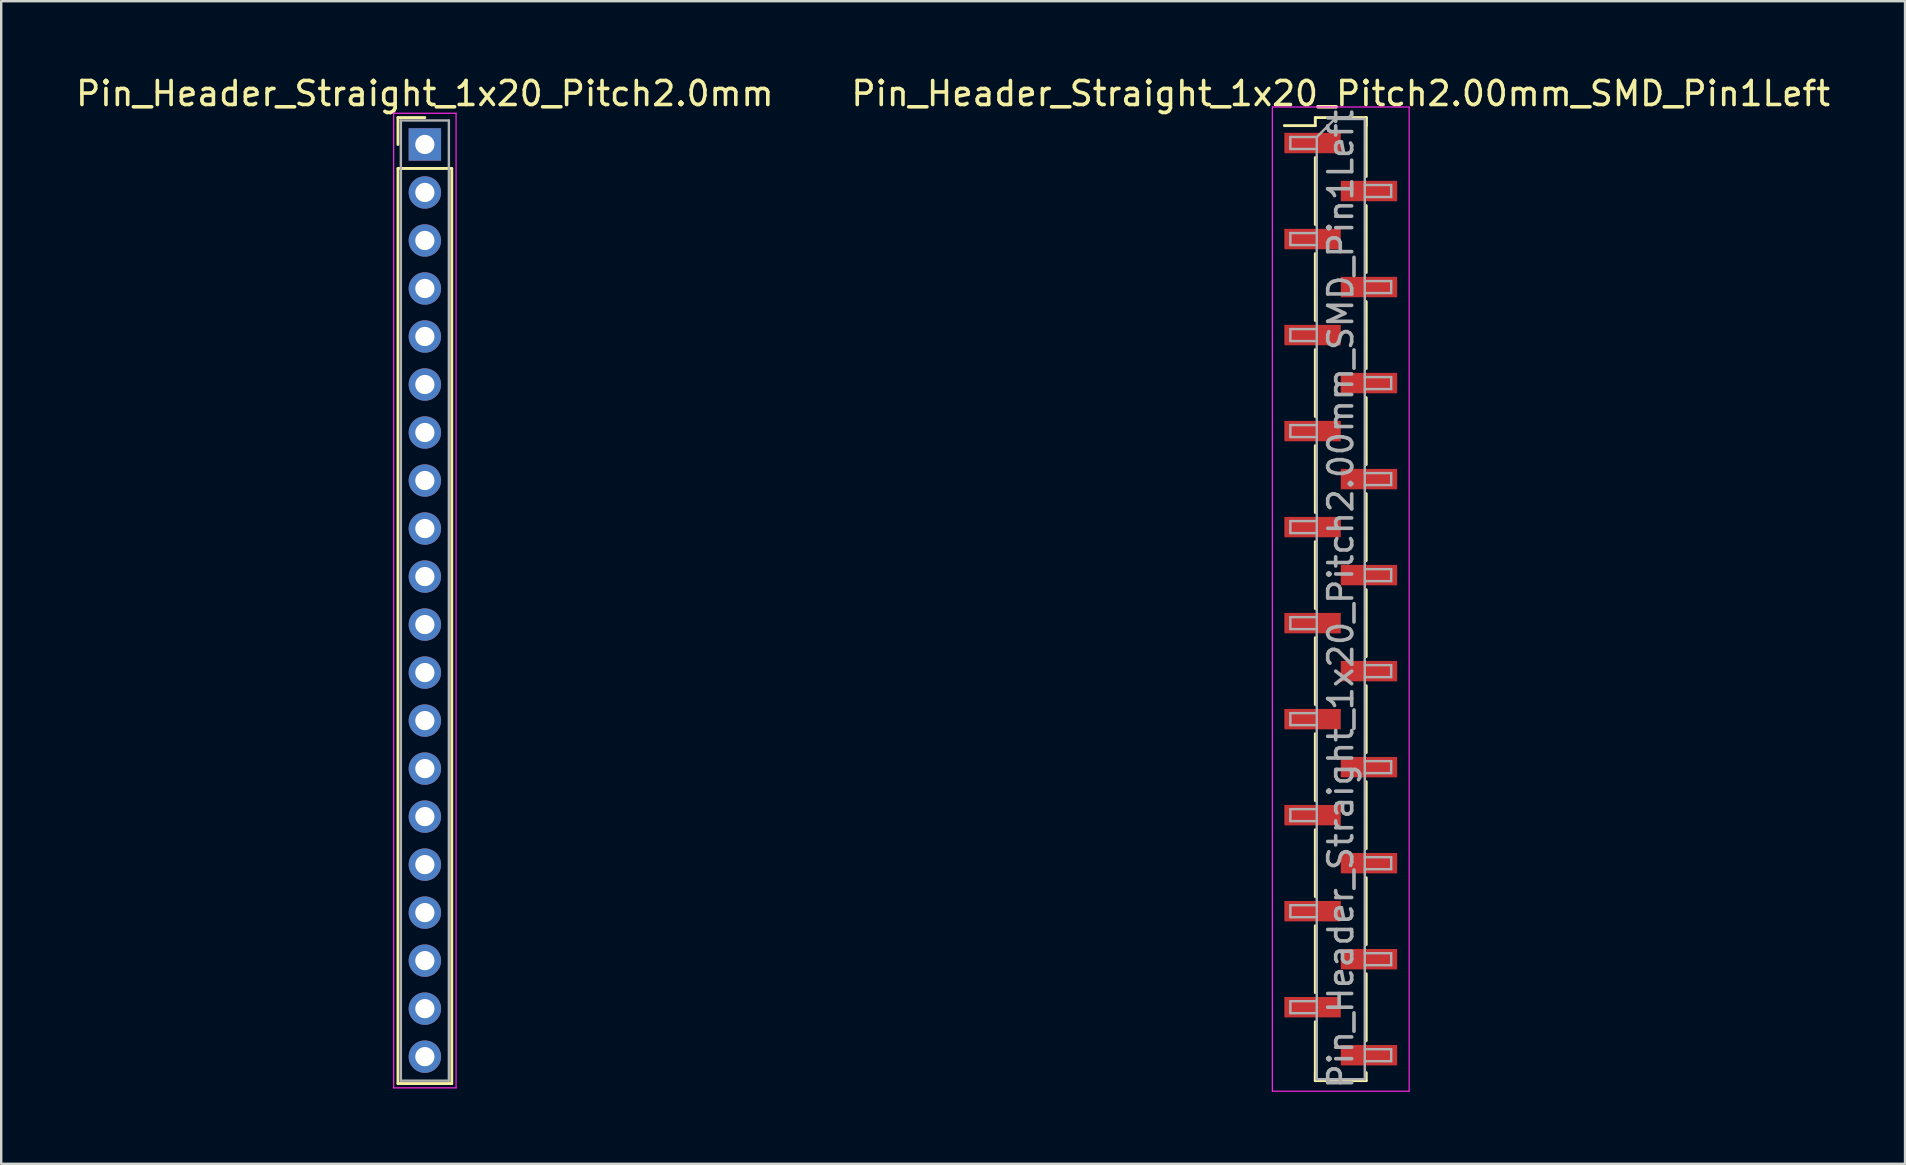
<source format=kicad_pcb>
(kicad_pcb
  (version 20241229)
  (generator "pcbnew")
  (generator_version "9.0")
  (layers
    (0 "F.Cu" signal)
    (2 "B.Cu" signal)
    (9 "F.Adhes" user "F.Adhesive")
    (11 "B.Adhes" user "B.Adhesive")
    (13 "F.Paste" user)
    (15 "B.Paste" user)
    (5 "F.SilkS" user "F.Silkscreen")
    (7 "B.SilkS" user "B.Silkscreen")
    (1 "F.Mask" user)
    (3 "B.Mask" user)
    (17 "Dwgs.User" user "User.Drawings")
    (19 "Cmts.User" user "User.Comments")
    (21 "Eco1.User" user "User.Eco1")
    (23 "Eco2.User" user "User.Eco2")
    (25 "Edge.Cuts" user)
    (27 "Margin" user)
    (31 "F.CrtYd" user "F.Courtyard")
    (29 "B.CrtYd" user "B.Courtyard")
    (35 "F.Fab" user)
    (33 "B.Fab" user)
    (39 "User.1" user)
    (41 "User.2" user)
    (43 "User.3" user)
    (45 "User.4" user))
  (footprint "Pin_Header_Straight_1x20_Pitch2.00mm_SMD_Pin1Left"
    (layer "F.Cu")
    (at 52.804 21.908)
    (property "Reference" "Pin_Header_Straight_1x20_Pitch2.00mm_SMD_Pin1Left" (at 0 -21.06 0) (layer "F.SilkS") (effects (font (size 1 1) (thickness 0.15))))
    (attr smd)
    (fp_line (start -1.06 -20.06) (end 1.06 -20.06) (stroke (width 0.12) (type solid)) (layer "F.SilkS"))
    (fp_line (start -1.06 -19.725) (end -2.35 -19.725) (stroke (width 0.12) (type solid)) (layer "F.SilkS"))
    (fp_line (start -1.06 -19.725) (end -1.06 -20.06) (stroke (width 0.12) (type solid)) (layer "F.SilkS"))
    (fp_line (start -1.06 -18.395) (end -1.06 -15.605) (stroke (width 0.12) (type solid)) (layer "F.SilkS"))
    (fp_line (start -1.06 -14.395) (end -1.06 -11.605) (stroke (width 0.12) (type solid)) (layer "F.SilkS"))
    (fp_line (start -1.06 -10.395) (end -1.06 -7.605) (stroke (width 0.12) (type solid)) (layer "F.SilkS"))
    (fp_line (start -1.06 -6.395) (end -1.06 -3.605) (stroke (width 0.12) (type solid)) (layer "F.SilkS"))
    (fp_line (start -1.06 -2.395) (end -1.06 0.395) (stroke (width 0.12) (type solid)) (layer "F.SilkS"))
    (fp_line (start -1.06 1.605) (end -1.06 4.395) (stroke (width 0.12) (type solid)) (layer "F.SilkS"))
    (fp_line (start -1.06 5.605) (end -1.06 8.395) (stroke (width 0.12) (type solid)) (layer "F.SilkS"))
    (fp_line (start -1.06 9.605) (end -1.06 12.395) (stroke (width 0.12) (type solid)) (layer "F.SilkS"))
    (fp_line (start -1.06 13.605) (end -1.06 16.395) (stroke (width 0.12) (type solid)) (layer "F.SilkS"))
    (fp_line (start -1.06 17.605) (end -1.06 20.06) (stroke (width 0.12) (type solid)) (layer "F.SilkS"))
    (fp_line (start -1.06 19.725) (end -1.06 20.06) (stroke (width 0.12) (type solid)) (layer "F.SilkS"))
    (fp_line (start -1.06 20.06) (end 1.06 20.06) (stroke (width 0.12) (type solid)) (layer "F.SilkS"))
    (fp_line (start 1.06 -20.06) (end 1.06 -19.725) (stroke (width 0.12) (type solid)) (layer "F.SilkS"))
    (fp_line (start 1.06 -20.06) (end 1.06 -17.605) (stroke (width 0.12) (type solid)) (layer "F.SilkS"))
    (fp_line (start 1.06 -16.395) (end 1.06 -13.605) (stroke (width 0.12) (type solid)) (layer "F.SilkS"))
    (fp_line (start 1.06 -12.395) (end 1.06 -9.605) (stroke (width 0.12) (type solid)) (layer "F.SilkS"))
    (fp_line (start 1.06 -8.395) (end 1.06 -5.605) (stroke (width 0.12) (type solid)) (layer "F.SilkS"))
    (fp_line (start 1.06 -4.395) (end 1.06 -1.605) (stroke (width 0.12) (type solid)) (layer "F.SilkS"))
    (fp_line (start 1.06 -0.395) (end 1.06 2.395) (stroke (width 0.12) (type solid)) (layer "F.SilkS"))
    (fp_line (start 1.06 3.605) (end 1.06 6.395) (stroke (width 0.12) (type solid)) (layer "F.SilkS"))
    (fp_line (start 1.06 7.605) (end 1.06 10.395) (stroke (width 0.12) (type solid)) (layer "F.SilkS"))
    (fp_line (start 1.06 11.605) (end 1.06 14.395) (stroke (width 0.12) (type solid)) (layer "F.SilkS"))
    (fp_line (start 1.06 15.605) (end 1.06 18.395) (stroke (width 0.12) (type solid)) (layer "F.SilkS"))
    (fp_line (start 1.06 20.06) (end 1.06 19.725) (stroke (width 0.12) (type solid)) (layer "F.SilkS"))
    (fp_line (start -2.85 -20.5) (end -2.85 20.5) (stroke (width 0.05) (type solid)) (layer "F.CrtYd"))
    (fp_line (start -2.85 20.5) (end 2.85 20.5) (stroke (width 0.05) (type solid)) (layer "F.CrtYd"))
    (fp_line (start 2.85 -20.5) (end -2.85 -20.5) (stroke (width 0.05) (type solid)) (layer "F.CrtYd"))
    (fp_line (start 2.85 20.5) (end 2.85 -20.5) (stroke (width 0.05) (type solid)) (layer "F.CrtYd"))
    (fp_line (start -2.1 -19.25) (end -2.1 -18.75) (stroke (width 0.1) (type solid)) (layer "F.Fab"))
    (fp_line (start -2.1 -18.75) (end -1 -18.75) (stroke (width 0.1) (type solid)) (layer "F.Fab"))
    (fp_line (start -2.1 -15.25) (end -2.1 -14.75) (stroke (width 0.1) (type solid)) (layer "F.Fab"))
    (fp_line (start -2.1 -14.75) (end -1 -14.75) (stroke (width 0.1) (type solid)) (layer "F.Fab"))
    (fp_line (start -2.1 -11.25) (end -2.1 -10.75) (stroke (width 0.1) (type solid)) (layer "F.Fab"))
    (fp_line (start -2.1 -10.75) (end -1 -10.75) (stroke (width 0.1) (type solid)) (layer "F.Fab"))
    (fp_line (start -2.1 -7.25) (end -2.1 -6.75) (stroke (width 0.1) (type solid)) (layer "F.Fab"))
    (fp_line (start -2.1 -6.75) (end -1 -6.75) (stroke (width 0.1) (type solid)) (layer "F.Fab"))
    (fp_line (start -2.1 -3.25) (end -2.1 -2.75) (stroke (width 0.1) (type solid)) (layer "F.Fab"))
    (fp_line (start -2.1 -2.75) (end -1 -2.75) (stroke (width 0.1) (type solid)) (layer "F.Fab"))
    (fp_line (start -2.1 0.75) (end -2.1 1.25) (stroke (width 0.1) (type solid)) (layer "F.Fab"))
    (fp_line (start -2.1 1.25) (end -1 1.25) (stroke (width 0.1) (type solid)) (layer "F.Fab"))
    (fp_line (start -2.1 4.75) (end -2.1 5.25) (stroke (width 0.1) (type solid)) (layer "F.Fab"))
    (fp_line (start -2.1 5.25) (end -1 5.25) (stroke (width 0.1) (type solid)) (layer "F.Fab"))
    (fp_line (start -2.1 8.75) (end -2.1 9.25) (stroke (width 0.1) (type solid)) (layer "F.Fab"))
    (fp_line (start -2.1 9.25) (end -1 9.25) (stroke (width 0.1) (type solid)) (layer "F.Fab"))
    (fp_line (start -2.1 12.75) (end -2.1 13.25) (stroke (width 0.1) (type solid)) (layer "F.Fab"))
    (fp_line (start -2.1 13.25) (end -1 13.25) (stroke (width 0.1) (type solid)) (layer "F.Fab"))
    (fp_line (start -2.1 16.75) (end -2.1 17.25) (stroke (width 0.1) (type solid)) (layer "F.Fab"))
    (fp_line (start -2.1 17.25) (end -1 17.25) (stroke (width 0.1) (type solid)) (layer "F.Fab"))
    (fp_line (start -1 -19.25) (end -2.1 -19.25) (stroke (width 0.1) (type solid)) (layer "F.Fab"))
    (fp_line (start -1 -19.25) (end -0.25 -20) (stroke (width 0.1) (type solid)) (layer "F.Fab"))
    (fp_line (start -1 -15.25) (end -2.1 -15.25) (stroke (width 0.1) (type solid)) (layer "F.Fab"))
    (fp_line (start -1 -11.25) (end -2.1 -11.25) (stroke (width 0.1) (type solid)) (layer "F.Fab"))
    (fp_line (start -1 -7.25) (end -2.1 -7.25) (stroke (width 0.1) (type solid)) (layer "F.Fab"))
    (fp_line (start -1 -3.25) (end -2.1 -3.25) (stroke (width 0.1) (type solid)) (layer "F.Fab"))
    (fp_line (start -1 0.75) (end -2.1 0.75) (stroke (width 0.1) (type solid)) (layer "F.Fab"))
    (fp_line (start -1 4.75) (end -2.1 4.75) (stroke (width 0.1) (type solid)) (layer "F.Fab"))
    (fp_line (start -1 8.75) (end -2.1 8.75) (stroke (width 0.1) (type solid)) (layer "F.Fab"))
    (fp_line (start -1 12.75) (end -2.1 12.75) (stroke (width 0.1) (type solid)) (layer "F.Fab"))
    (fp_line (start -1 16.75) (end -2.1 16.75) (stroke (width 0.1) (type solid)) (layer "F.Fab"))
    (fp_line (start -1 20) (end -1 -19.25) (stroke (width 0.1) (type solid)) (layer "F.Fab"))
    (fp_line (start -0.25 -20) (end 1 -20) (stroke (width 0.1) (type solid)) (layer "F.Fab"))
    (fp_line (start 1 -20) (end 1 20) (stroke (width 0.1) (type solid)) (layer "F.Fab"))
    (fp_line (start 1 -17.25) (end 2.1 -17.25) (stroke (width 0.1) (type solid)) (layer "F.Fab"))
    (fp_line (start 1 -13.25) (end 2.1 -13.25) (stroke (width 0.1) (type solid)) (layer "F.Fab"))
    (fp_line (start 1 -9.25) (end 2.1 -9.25) (stroke (width 0.1) (type solid)) (layer "F.Fab"))
    (fp_line (start 1 -5.25) (end 2.1 -5.25) (stroke (width 0.1) (type solid)) (layer "F.Fab"))
    (fp_line (start 1 -1.25) (end 2.1 -1.25) (stroke (width 0.1) (type solid)) (layer "F.Fab"))
    (fp_line (start 1 2.75) (end 2.1 2.75) (stroke (width 0.1) (type solid)) (layer "F.Fab"))
    (fp_line (start 1 6.75) (end 2.1 6.75) (stroke (width 0.1) (type solid)) (layer "F.Fab"))
    (fp_line (start 1 10.75) (end 2.1 10.75) (stroke (width 0.1) (type solid)) (layer "F.Fab"))
    (fp_line (start 1 14.75) (end 2.1 14.75) (stroke (width 0.1) (type solid)) (layer "F.Fab"))
    (fp_line (start 1 18.75) (end 2.1 18.75) (stroke (width 0.1) (type solid)) (layer "F.Fab"))
    (fp_line (start 1 20) (end -1 20) (stroke (width 0.1) (type solid)) (layer "F.Fab"))
    (fp_line (start 2.1 -17.25) (end 2.1 -16.75) (stroke (width 0.1) (type solid)) (layer "F.Fab"))
    (fp_line (start 2.1 -16.75) (end 1 -16.75) (stroke (width 0.1) (type solid)) (layer "F.Fab"))
    (fp_line (start 2.1 -13.25) (end 2.1 -12.75) (stroke (width 0.1) (type solid)) (layer "F.Fab"))
    (fp_line (start 2.1 -12.75) (end 1 -12.75) (stroke (width 0.1) (type solid)) (layer "F.Fab"))
    (fp_line (start 2.1 -9.25) (end 2.1 -8.75) (stroke (width 0.1) (type solid)) (layer "F.Fab"))
    (fp_line (start 2.1 -8.75) (end 1 -8.75) (stroke (width 0.1) (type solid)) (layer "F.Fab"))
    (fp_line (start 2.1 -5.25) (end 2.1 -4.75) (stroke (width 0.1) (type solid)) (layer "F.Fab"))
    (fp_line (start 2.1 -4.75) (end 1 -4.75) (stroke (width 0.1) (type solid)) (layer "F.Fab"))
    (fp_line (start 2.1 -1.25) (end 2.1 -0.75) (stroke (width 0.1) (type solid)) (layer "F.Fab"))
    (fp_line (start 2.1 -0.75) (end 1 -0.75) (stroke (width 0.1) (type solid)) (layer "F.Fab"))
    (fp_line (start 2.1 2.75) (end 2.1 3.25) (stroke (width 0.1) (type solid)) (layer "F.Fab"))
    (fp_line (start 2.1 3.25) (end 1 3.25) (stroke (width 0.1) (type solid)) (layer "F.Fab"))
    (fp_line (start 2.1 6.75) (end 2.1 7.25) (stroke (width 0.1) (type solid)) (layer "F.Fab"))
    (fp_line (start 2.1 7.25) (end 1 7.25) (stroke (width 0.1) (type solid)) (layer "F.Fab"))
    (fp_line (start 2.1 10.75) (end 2.1 11.25) (stroke (width 0.1) (type solid)) (layer "F.Fab"))
    (fp_line (start 2.1 11.25) (end 1 11.25) (stroke (width 0.1) (type solid)) (layer "F.Fab"))
    (fp_line (start 2.1 14.75) (end 2.1 15.25) (stroke (width 0.1) (type solid)) (layer "F.Fab"))
    (fp_line (start 2.1 15.25) (end 1 15.25) (stroke (width 0.1) (type solid)) (layer "F.Fab"))
    (fp_line (start 2.1 18.75) (end 2.1 19.25) (stroke (width 0.1) (type solid)) (layer "F.Fab"))
    (fp_line (start 2.1 19.25) (end 1 19.25) (stroke (width 0.1) (type solid)) (layer "F.Fab"))
    (fp_text user "${REFERENCE}" (at 0 0 90) (layer "F.Fab") (effects (font (size 1 1) (thickness 0.15))))
    (pad "1" smd rect (at -1.175 -19) (size 2.35 0.85) (layers "F.Cu" "F.Mask" "F.Paste"))
    (pad "2" smd rect (at 1.175 -17) (size 2.35 0.85) (layers "F.Cu" "F.Mask" "F.Paste"))
    (pad "3" smd rect (at -1.175 -15) (size 2.35 0.85) (layers "F.Cu" "F.Mask" "F.Paste"))
    (pad "4" smd rect (at 1.175 -13) (size 2.35 0.85) (layers "F.Cu" "F.Mask" "F.Paste"))
    (pad "5" smd rect (at -1.175 -11) (size 2.35 0.85) (layers "F.Cu" "F.Mask" "F.Paste"))
    (pad "6" smd rect (at 1.175 -9) (size 2.35 0.85) (layers "F.Cu" "F.Mask" "F.Paste"))
    (pad "7" smd rect (at -1.175 -7) (size 2.35 0.85) (layers "F.Cu" "F.Mask" "F.Paste"))
    (pad "8" smd rect (at 1.175 -5) (size 2.35 0.85) (layers "F.Cu" "F.Mask" "F.Paste"))
    (pad "9" smd rect (at -1.175 -3) (size 2.35 0.85) (layers "F.Cu" "F.Mask" "F.Paste"))
    (pad "10" smd rect (at 1.175 -1) (size 2.35 0.85) (layers "F.Cu" "F.Mask" "F.Paste"))
    (pad "11" smd rect (at -1.175 1) (size 2.35 0.85) (layers "F.Cu" "F.Mask" "F.Paste"))
    (pad "12" smd rect (at 1.175 3) (size 2.35 0.85) (layers "F.Cu" "F.Mask" "F.Paste"))
    (pad "13" smd rect (at -1.175 5) (size 2.35 0.85) (layers "F.Cu" "F.Mask" "F.Paste"))
    (pad "14" smd rect (at 1.175 7) (size 2.35 0.85) (layers "F.Cu" "F.Mask" "F.Paste"))
    (pad "15" smd rect (at -1.175 9) (size 2.35 0.85) (layers "F.Cu" "F.Mask" "F.Paste"))
    (pad "16" smd rect (at 1.175 11) (size 2.35 0.85) (layers "F.Cu" "F.Mask" "F.Paste"))
    (pad "17" smd rect (at -1.175 13) (size 2.35 0.85) (layers "F.Cu" "F.Mask" "F.Paste"))
    (pad "18" smd rect (at 1.175 15) (size 2.35 0.85) (layers "F.Cu" "F.Mask" "F.Paste"))
    (pad "19" smd rect (at -1.175 17) (size 2.35 0.85) (layers "F.Cu" "F.Mask" "F.Paste"))
    (pad "20" smd rect (at 1.175 19) (size 2.35 0.85) (layers "F.Cu" "F.Mask" "F.Paste")))
  (footprint "Pin_Header_Straight_1x20_Pitch2.0mm"
    (layer "F.Cu")
    (at 14.649 2.968)
    (property "Reference" "Pin_Header_Straight_1x20_Pitch2.0mm" (at 0 -2.12 0) (layer "F.SilkS") (effects (font (size 1 1) (thickness 0.15))))
    (attr through_hole)
    (fp_line (start -1.12 -1.12) (end 0 -1.12) (stroke (width 0.12) (type solid)) (layer "F.SilkS"))
    (fp_line (start -1.12 0) (end -1.12 -1.12) (stroke (width 0.12) (type solid)) (layer "F.SilkS"))
    (fp_line (start -1.12 1) (end -1.12 39.12) (stroke (width 0.12) (type solid)) (layer "F.SilkS"))
    (fp_line (start -1.12 39.12) (end 1.12 39.12) (stroke (width 0.12) (type solid)) (layer "F.SilkS"))
    (fp_line (start 1.12 1) (end -1.12 1) (stroke (width 0.12) (type solid)) (layer "F.SilkS"))
    (fp_line (start 1.12 39.12) (end 1.12 1) (stroke (width 0.12) (type solid)) (layer "F.SilkS"))
    (fp_line (start -1.3 -1.3) (end -1.3 39.3) (stroke (width 0.05) (type solid)) (layer "F.CrtYd"))
    (fp_line (start -1.3 39.3) (end 1.3 39.3) (stroke (width 0.05) (type solid)) (layer "F.CrtYd"))
    (fp_line (start 1.3 -1.3) (end -1.3 -1.3) (stroke (width 0.05) (type solid)) (layer "F.CrtYd"))
    (fp_line (start 1.3 39.3) (end 1.3 -1.3) (stroke (width 0.05) (type solid)) (layer "F.CrtYd"))
    (fp_line (start -1 -1) (end -1 39) (stroke (width 0.1) (type solid)) (layer "F.Fab"))
    (fp_line (start -1 39) (end 1 39) (stroke (width 0.1) (type solid)) (layer "F.Fab"))
    (fp_line (start 1 -1) (end -1 -1) (stroke (width 0.1) (type solid)) (layer "F.Fab"))
    (fp_line (start 1 39) (end 1 -1) (stroke (width 0.1) (type solid)) (layer "F.Fab"))
    (pad "1" thru_hole rect (at 0 0) (size 1.35 1.35) (drill 0.8) (layers "*.Cu" "*.Mask"))
    (pad "2" thru_hole oval (at 0 2) (size 1.35 1.35) (drill 0.8) (layers "*.Cu" "*.Mask"))
    (pad "3" thru_hole oval (at 0 4) (size 1.35 1.35) (drill 0.8) (layers "*.Cu" "*.Mask"))
    (pad "4" thru_hole oval (at 0 6) (size 1.35 1.35) (drill 0.8) (layers "*.Cu" "*.Mask"))
    (pad "5" thru_hole oval (at 0 8) (size 1.35 1.35) (drill 0.8) (layers "*.Cu" "*.Mask"))
    (pad "6" thru_hole oval (at 0 10) (size 1.35 1.35) (drill 0.8) (layers "*.Cu" "*.Mask"))
    (pad "7" thru_hole oval (at 0 12) (size 1.35 1.35) (drill 0.8) (layers "*.Cu" "*.Mask"))
    (pad "8" thru_hole oval (at 0 14) (size 1.35 1.35) (drill 0.8) (layers "*.Cu" "*.Mask"))
    (pad "9" thru_hole oval (at 0 16) (size 1.35 1.35) (drill 0.8) (layers "*.Cu" "*.Mask"))
    (pad "10" thru_hole oval (at 0 18) (size 1.35 1.35) (drill 0.8) (layers "*.Cu" "*.Mask"))
    (pad "11" thru_hole oval (at 0 20) (size 1.35 1.35) (drill 0.8) (layers "*.Cu" "*.Mask"))
    (pad "12" thru_hole oval (at 0 22) (size 1.35 1.35) (drill 0.8) (layers "*.Cu" "*.Mask"))
    (pad "13" thru_hole oval (at 0 24) (size 1.35 1.35) (drill 0.8) (layers "*.Cu" "*.Mask"))
    (pad "14" thru_hole oval (at 0 26) (size 1.35 1.35) (drill 0.8) (layers "*.Cu" "*.Mask"))
    (pad "15" thru_hole oval (at 0 28) (size 1.35 1.35) (drill 0.8) (layers "*.Cu" "*.Mask"))
    (pad "16" thru_hole oval (at 0 30) (size 1.35 1.35) (drill 0.8) (layers "*.Cu" "*.Mask"))
    (pad "17" thru_hole oval (at 0 32) (size 1.35 1.35) (drill 0.8) (layers "*.Cu" "*.Mask"))
    (pad "18" thru_hole oval (at 0 34) (size 1.35 1.35) (drill 0.8) (layers "*.Cu" "*.Mask"))
    (pad "19" thru_hole oval (at 0 36) (size 1.35 1.35) (drill 0.8) (layers "*.Cu" "*.Mask"))
    (pad "20" thru_hole oval (at 0 38) (size 1.35 1.35) (drill 0.8) (layers "*.Cu" "*.Mask")))
  (gr_rect
    (start -3 -3)
    (end 76.31 45.433)
    (stroke (width 0.1) (type default))
    (fill no)
    (layer "Edge.Cuts")))
</source>
